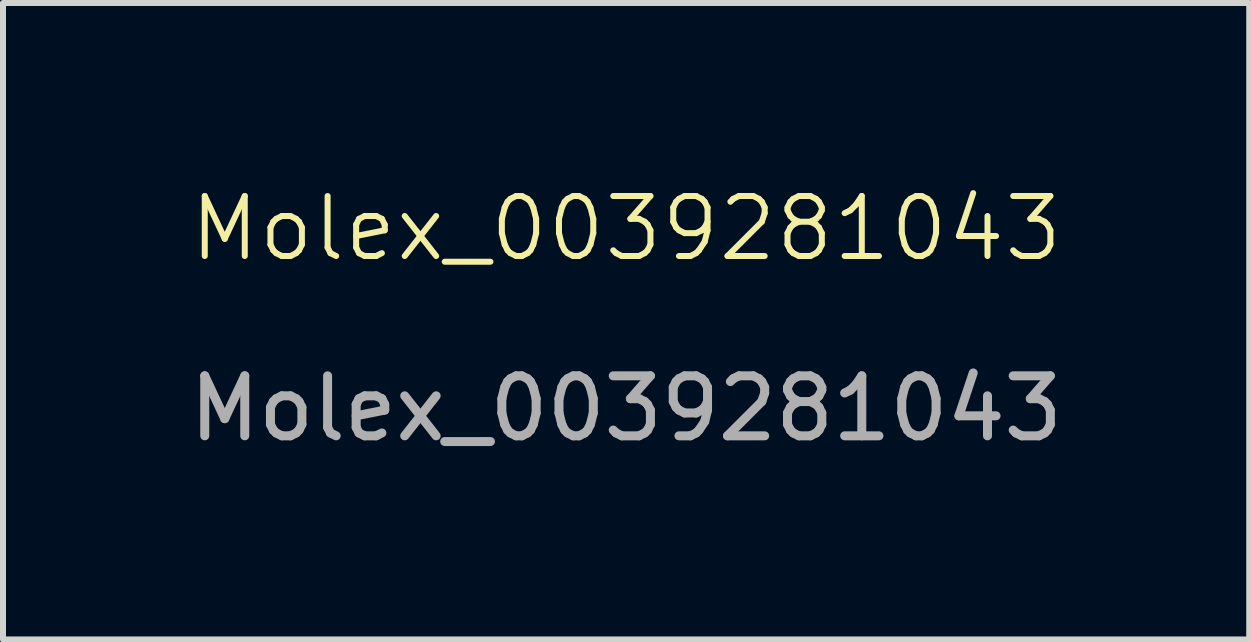
<source format=kicad_pcb>
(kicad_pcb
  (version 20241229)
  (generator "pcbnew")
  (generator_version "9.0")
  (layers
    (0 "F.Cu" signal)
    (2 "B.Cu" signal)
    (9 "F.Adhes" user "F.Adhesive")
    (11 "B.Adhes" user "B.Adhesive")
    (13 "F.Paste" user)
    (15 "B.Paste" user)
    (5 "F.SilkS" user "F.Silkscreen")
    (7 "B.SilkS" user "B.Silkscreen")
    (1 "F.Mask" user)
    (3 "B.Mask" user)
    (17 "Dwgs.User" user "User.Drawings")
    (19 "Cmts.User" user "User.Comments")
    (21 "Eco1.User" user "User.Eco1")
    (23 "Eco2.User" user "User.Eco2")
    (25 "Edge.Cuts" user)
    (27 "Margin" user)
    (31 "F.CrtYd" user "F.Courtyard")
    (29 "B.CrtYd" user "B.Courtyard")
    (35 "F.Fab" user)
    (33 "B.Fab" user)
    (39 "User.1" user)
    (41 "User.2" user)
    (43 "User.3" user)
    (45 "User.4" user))
  (footprint "Molex_0039281043"
    (layer "F.Cu")
    (at 7.387 1.26)
    (property "Reference" "Molex_0039281043" (at 0 -0.5 0) (unlocked yes) (layer "F.SilkS") (effects (font (size 1 1) (thickness 0.1))))
    (attr through_hole)
    (fp_text user "${REFERENCE}" (at 0 2.5 0) (unlocked yes) (layer "F.Fab") (effects (font (size 1 1) (thickness 0.15)))))
  (gr_rect
    (start -3 -3)
    (end 17.774 7.609)
    (stroke (width 0.1) (type default))
    (fill no)
    (layer "Edge.Cuts")))
</source>
